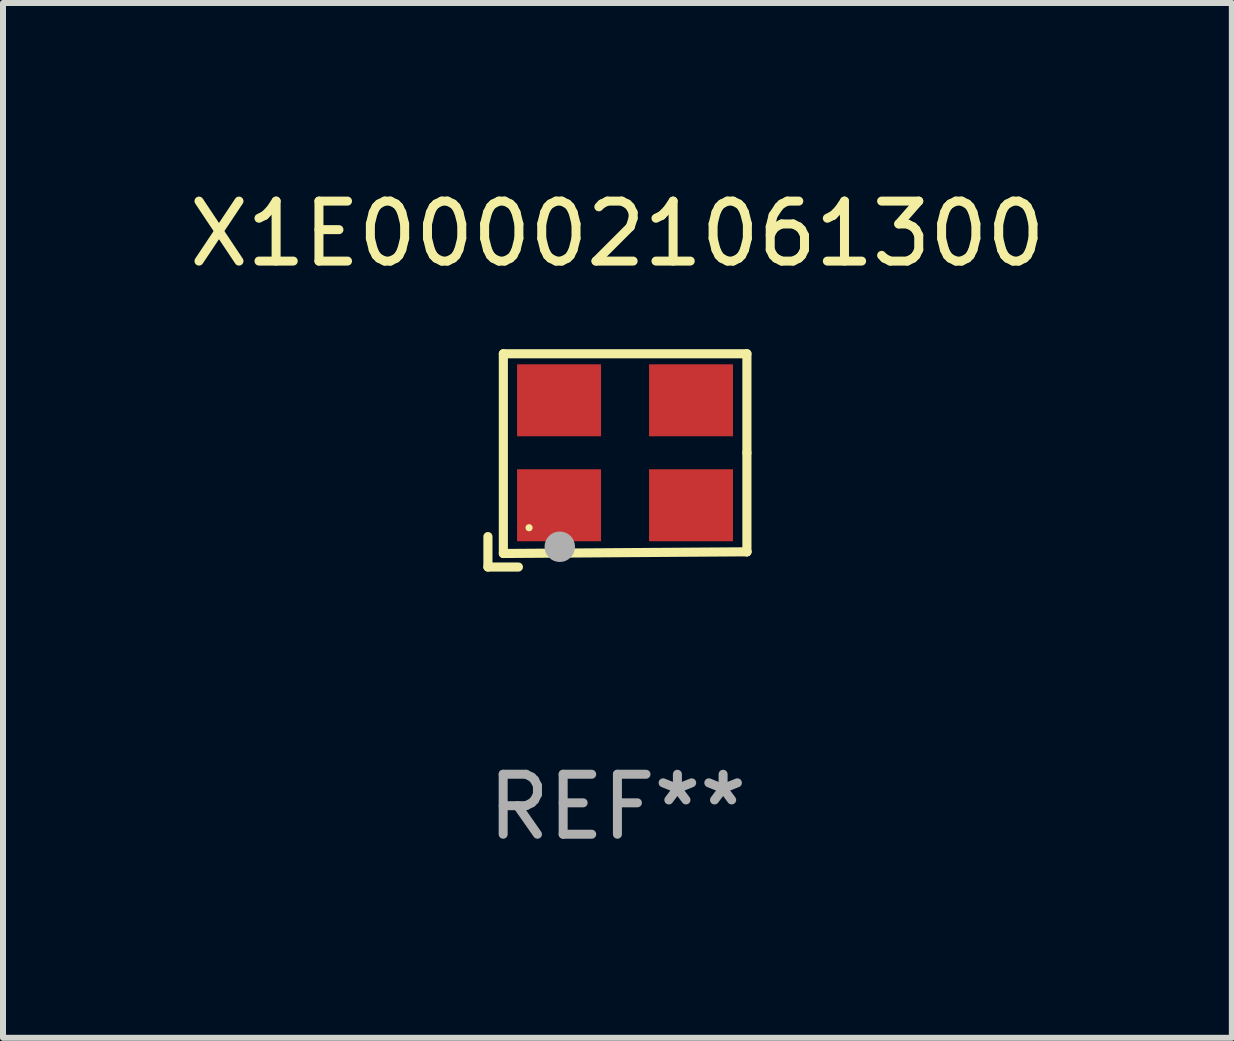
<source format=kicad_pcb>
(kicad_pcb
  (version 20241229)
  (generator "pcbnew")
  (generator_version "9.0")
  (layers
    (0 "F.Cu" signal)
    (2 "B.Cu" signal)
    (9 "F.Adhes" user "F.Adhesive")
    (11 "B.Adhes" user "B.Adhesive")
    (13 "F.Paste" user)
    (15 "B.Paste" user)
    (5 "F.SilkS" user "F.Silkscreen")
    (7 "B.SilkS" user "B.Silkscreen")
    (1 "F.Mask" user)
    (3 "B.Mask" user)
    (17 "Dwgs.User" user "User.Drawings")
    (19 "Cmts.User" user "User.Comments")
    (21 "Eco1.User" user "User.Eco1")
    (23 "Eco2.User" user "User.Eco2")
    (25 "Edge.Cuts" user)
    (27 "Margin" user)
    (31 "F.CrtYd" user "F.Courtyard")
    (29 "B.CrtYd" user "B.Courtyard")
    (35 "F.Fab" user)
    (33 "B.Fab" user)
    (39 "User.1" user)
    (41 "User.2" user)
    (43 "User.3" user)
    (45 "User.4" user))
  (footprint "X1E000021061300"
    (layer "F.Cu")
    (at 7.244 4.626)
    (property "Reference" "X1E000021061300" (at 0 -3.778 0) (layer "F.SilkS") (effects (font (size 1 1) (thickness 0.15))))
    (attr through_hole)
    (fp_line (start -2.159 1.27) (end -2.159 1.778) (stroke (width 0.152) (type solid)) (layer "F.SilkS"))
    (fp_line (start -2.159 1.778) (end -1.651 1.778) (stroke (width 0.152) (type solid)) (layer "F.SilkS"))
    (fp_line (start -1.902 -1.778) (end 2.159 -1.778) (stroke (width 0.152) (type solid)) (layer "F.SilkS"))
    (fp_line (start -1.902 1.552) (end -1.902 -1.778) (stroke (width 0.152) (type solid)) (layer "F.SilkS"))
    (fp_line (start 2.159 -1.778) (end 2.159 -0.127) (stroke (width 0.152) (type solid)) (layer "F.SilkS"))
    (fp_line (start 2.159 -0.127) (end 2.159 1.524) (stroke (width 0.152) (type solid)) (layer "F.SilkS"))
    (fp_line (start 2.159 1.524) (end -1.902 1.552) (stroke (width 0.152) (type solid)) (layer "F.SilkS"))
    (fp_line (start 2.159 1.524) (end 2.159 1.524) (stroke (width 0.152) (type solid)) (layer "F.SilkS"))
    (fp_circle (center -1.473 1.123) (end -1.443 1.123) (stroke (width 0.06) (type solid)) (fill no) (layer "F.SilkS"))
    (fp_circle (center -0.961 1.44) (end -0.834 1.44) (stroke (width 0.254) (type solid)) (fill no) (layer "F.Fab"))
    (fp_text user "REF**" (at 0 5.778 0) (layer "F.Fab") (effects (font (size 1 1) (thickness 0.15))))
    (pad "1" smd rect (at -0.973 0.748) (size 1.4 1.2) (layers "F.Cu" "F.Mask" "F.Paste"))
    (pad "2" smd rect (at 1.227 0.748) (size 1.4 1.2) (layers "F.Cu" "F.Mask" "F.Paste"))
    (pad "3" smd rect (at 1.227 -1.002) (size 1.4 1.2) (layers "F.Cu" "F.Mask" "F.Paste"))
    (pad "4" smd rect (at -0.973 -1.002) (size 1.4 1.2) (layers "F.Cu" "F.Mask" "F.Paste")))
  (gr_rect
    (start -3 -3)
    (end 17.488 14.253)
    (stroke (width 0.1) (type default))
    (fill no)
    (layer "Edge.Cuts")))
</source>
